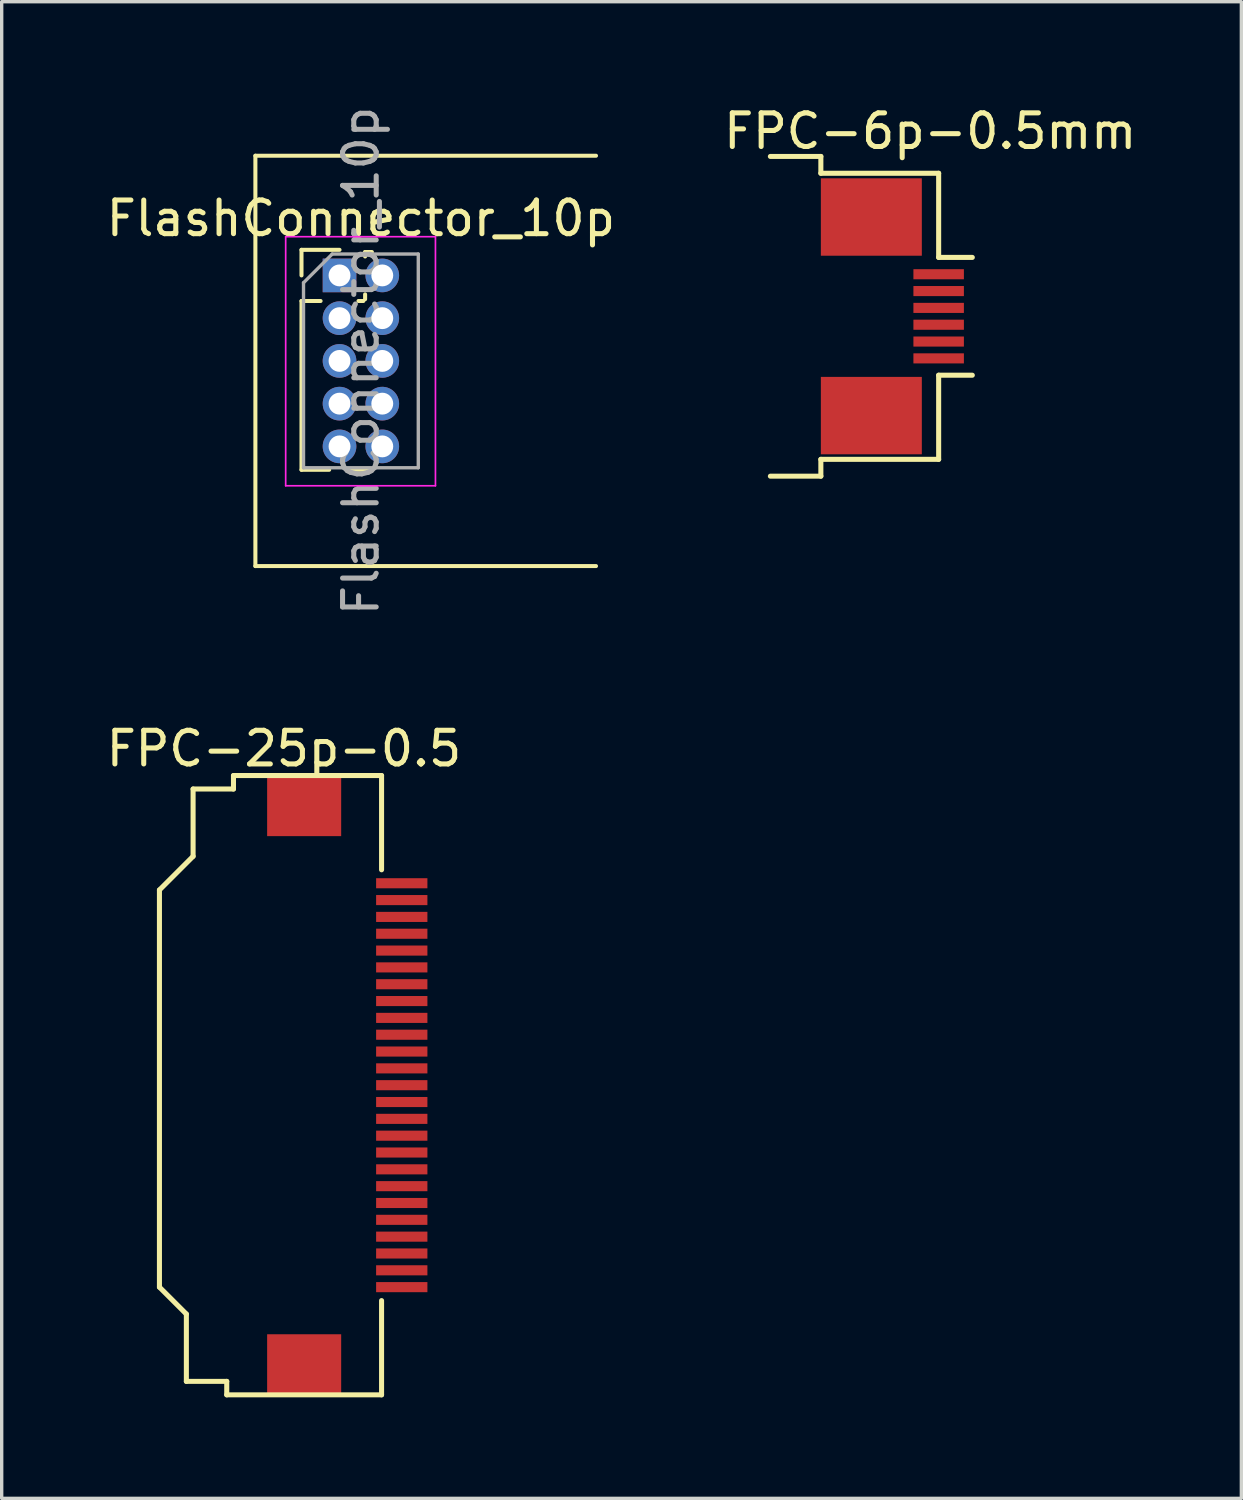
<source format=kicad_pcb>
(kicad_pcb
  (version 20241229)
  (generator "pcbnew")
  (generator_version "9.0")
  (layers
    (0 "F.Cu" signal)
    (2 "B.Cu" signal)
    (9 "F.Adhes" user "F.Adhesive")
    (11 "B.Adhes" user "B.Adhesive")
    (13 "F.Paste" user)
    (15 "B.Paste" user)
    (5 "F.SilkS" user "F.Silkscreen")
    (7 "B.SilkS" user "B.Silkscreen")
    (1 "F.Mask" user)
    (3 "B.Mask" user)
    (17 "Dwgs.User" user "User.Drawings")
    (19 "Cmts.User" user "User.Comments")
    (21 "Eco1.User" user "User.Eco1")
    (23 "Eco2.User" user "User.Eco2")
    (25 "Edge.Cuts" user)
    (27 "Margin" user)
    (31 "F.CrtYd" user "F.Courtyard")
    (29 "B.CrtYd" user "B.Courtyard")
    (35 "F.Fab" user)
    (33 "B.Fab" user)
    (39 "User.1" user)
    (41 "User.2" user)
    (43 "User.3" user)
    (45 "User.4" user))
  (footprint "FPC-25p-0.5"
    (layer "F.Cu")
    (at 8.887 29.193)
    (property "Reference" "FPC-25p-0.5" (at -3.5 -10 0) (layer "F.SilkS") (effects (font (size 1 1) (thickness 0.15))))
    (attr through_hole)
    (fp_line (start -7.2 -5.8) (end -6.2 -6.8) (stroke (width 0.15) (type solid)) (layer "F.SilkS"))
    (fp_line (start -7.2 6) (end -7.2 -5.8) (stroke (width 0.15) (type solid)) (layer "F.SilkS"))
    (fp_line (start -6.4 6.8) (end -7.2 6) (stroke (width 0.15) (type solid)) (layer "F.SilkS"))
    (fp_line (start -6.4 8.8) (end -6.4 6.8) (stroke (width 0.15) (type solid)) (layer "F.SilkS"))
    (fp_line (start -6.2 -8.8) (end -5 -8.8) (stroke (width 0.15) (type solid)) (layer "F.SilkS"))
    (fp_line (start -6.2 -6.8) (end -6.2 -8.8) (stroke (width 0.15) (type solid)) (layer "F.SilkS"))
    (fp_line (start -5.2 8.8) (end -6.4 8.8) (stroke (width 0.15) (type solid)) (layer "F.SilkS"))
    (fp_line (start -5.2 9.2) (end -5.2 8.8) (stroke (width 0.15) (type solid)) (layer "F.SilkS"))
    (fp_line (start -5 -9.2) (end -0.6 -9.2) (stroke (width 0.15) (type solid)) (layer "F.SilkS"))
    (fp_line (start -5 -8.8) (end -5 -9.2) (stroke (width 0.15) (type solid)) (layer "F.SilkS"))
    (fp_line (start -0.6 -9.2) (end -0.6 -6.4) (stroke (width 0.15) (type solid)) (layer "F.SilkS"))
    (fp_line (start -0.6 6.4) (end -0.6 9.2) (stroke (width 0.15) (type solid)) (layer "F.SilkS"))
    (fp_line (start -0.6 9.2) (end -5.2 9.2) (stroke (width 0.15) (type solid)) (layer "F.SilkS"))
    (pad "" smd rect (at -2.9 -8.3) (size 2.2 1.8) (layers "F.Cu" "F.Mask" "F.Paste"))
    (pad "" smd rect (at -2.9 8.3) (size 2.2 1.8) (layers "F.Cu" "F.Mask" "F.Paste"))
    (pad "1" smd rect (at 0 -6) (size 1.524 0.3) (layers "F.Cu" "F.Mask" "F.Paste"))
    (pad "2" smd rect (at 0 -5.5) (size 1.524 0.3) (layers "F.Cu" "F.Mask" "F.Paste"))
    (pad "3" smd rect (at 0 -5) (size 1.524 0.3) (layers "F.Cu" "F.Mask" "F.Paste"))
    (pad "4" smd rect (at 0 -4.5) (size 1.524 0.3) (layers "F.Cu" "F.Mask" "F.Paste"))
    (pad "5" smd rect (at 0 -4) (size 1.524 0.3) (layers "F.Cu" "F.Mask" "F.Paste"))
    (pad "6" smd rect (at 0 -3.5) (size 1.524 0.3) (layers "F.Cu" "F.Mask" "F.Paste"))
    (pad "7" smd rect (at 0 -3) (size 1.524 0.3) (layers "F.Cu" "F.Mask" "F.Paste"))
    (pad "8" smd rect (at 0 -2.5) (size 1.524 0.3) (layers "F.Cu" "F.Mask" "F.Paste"))
    (pad "9" smd rect (at 0 -2) (size 1.524 0.3) (layers "F.Cu" "F.Mask" "F.Paste"))
    (pad "10" smd rect (at 0 -1.5) (size 1.524 0.3) (layers "F.Cu" "F.Mask" "F.Paste"))
    (pad "11" smd rect (at 0 -1) (size 1.524 0.3) (layers "F.Cu" "F.Mask" "F.Paste"))
    (pad "12" smd rect (at 0 -0.5) (size 1.524 0.3) (layers "F.Cu" "F.Mask" "F.Paste"))
    (pad "13" smd rect (at 0 0) (size 1.524 0.3) (layers "F.Cu" "F.Mask" "F.Paste"))
    (pad "14" smd rect (at 0 0.5) (size 1.524 0.3) (layers "F.Cu" "F.Mask" "F.Paste"))
    (pad "15" smd rect (at 0 1) (size 1.524 0.3) (layers "F.Cu" "F.Mask" "F.Paste"))
    (pad "16" smd rect (at 0 1.5) (size 1.524 0.3) (layers "F.Cu" "F.Mask" "F.Paste"))
    (pad "17" smd rect (at 0 2) (size 1.524 0.3) (layers "F.Cu" "F.Mask" "F.Paste"))
    (pad "18" smd rect (at 0 2.5) (size 1.524 0.3) (layers "F.Cu" "F.Mask" "F.Paste"))
    (pad "19" smd rect (at 0 3) (size 1.524 0.3) (layers "F.Cu" "F.Mask" "F.Paste"))
    (pad "20" smd rect (at 0 3.5) (size 1.524 0.3) (layers "F.Cu" "F.Mask" "F.Paste"))
    (pad "21" smd rect (at 0 4) (size 1.524 0.3) (layers "F.Cu" "F.Mask" "F.Paste"))
    (pad "22" smd rect (at 0 4.5) (size 1.524 0.3) (layers "F.Cu" "F.Mask" "F.Paste"))
    (pad "23" smd rect (at 0 5) (size 1.524 0.3) (layers "F.Cu" "F.Mask" "F.Paste"))
    (pad "24" smd rect (at 0 5.5) (size 1.524 0.3) (layers "F.Cu" "F.Mask" "F.Paste"))
    (pad "25" smd rect (at 0 6) (size 1.524 0.3) (layers "F.Cu" "F.Mask" "F.Paste")))
  (footprint "FPC-6p-0.5mm"
    (layer "F.Cu")
    (at 23.089 6.348)
    (property "Reference" "FPC-6p-0.5mm" (at 1.5 -5.5 0) (layer "F.SilkS") (effects (font (size 1 1) (thickness 0.15))))
    (attr through_hole)
    (fp_line (start -3.25 -4.75) (end -1.75 -4.75) (stroke (width 0.15) (type solid)) (layer "F.SilkS"))
    (fp_line (start -3.25 4.75) (end -1.75 4.75) (stroke (width 0.15) (type solid)) (layer "F.SilkS"))
    (fp_line (start -1.75 -4.75) (end -1.75 -4.25) (stroke (width 0.15) (type solid)) (layer "F.SilkS"))
    (fp_line (start -1.75 -4.25) (end 1.75 -4.25) (stroke (width 0.15) (type solid)) (layer "F.SilkS"))
    (fp_line (start -1.75 4.25) (end 1.75 4.25) (stroke (width 0.15) (type solid)) (layer "F.SilkS"))
    (fp_line (start -1.75 4.75) (end -1.75 4.25) (stroke (width 0.15) (type solid)) (layer "F.SilkS"))
    (fp_line (start 1.75 -4.25) (end 1.75 -1.75) (stroke (width 0.15) (type solid)) (layer "F.SilkS"))
    (fp_line (start 1.75 -1.75) (end 2.75 -1.75) (stroke (width 0.15) (type solid)) (layer "F.SilkS"))
    (fp_line (start 1.75 1.75) (end 2.75 1.75) (stroke (width 0.15) (type solid)) (layer "F.SilkS"))
    (fp_line (start 1.75 4.25) (end 1.75 1.75) (stroke (width 0.15) (type solid)) (layer "F.SilkS"))
    (pad "" connect rect (at -0.25 -2.95) (size 3 2.3) (layers "F.Cu" "F.Mask"))
    (pad "" connect rect (at -0.25 2.95) (size 3 2.3) (layers "F.Cu" "F.Mask"))
    (pad "1" smd rect (at 1.75 -1.25) (size 1.5 0.3) (layers "F.Cu" "F.Mask" "F.Paste"))
    (pad "2" smd rect (at 1.75 -0.75) (size 1.5 0.3) (layers "F.Cu" "F.Mask" "F.Paste"))
    (pad "3" smd rect (at 1.75 -0.25) (size 1.5 0.3) (layers "F.Cu" "F.Mask" "F.Paste"))
    (pad "4" smd rect (at 1.75 0.25) (size 1.5 0.3) (layers "F.Cu" "F.Mask" "F.Paste"))
    (pad "5" smd rect (at 1.75 0.75) (size 1.5 0.3) (layers "F.Cu" "F.Mask" "F.Paste"))
    (pad "6" smd rect (at 1.75 1.25) (size 1.5 0.3) (layers "F.Cu" "F.Mask" "F.Paste")))
  (footprint "FlashConnector_10p"
    (layer "F.Cu")
    (at 7.038 7.673)
    (property "Reference" "FlashConnector_10p" (at 0.635 -4.235 0) (layer "F.SilkS") (effects (font (size 1 1) (thickness 0.15))))
    (attr through_hole)
    (fp_line (start -2.5 -6.096) (end -2.5 6.096) (stroke (width 0.12) (type solid)) (layer "F.SilkS"))
    (fp_line (start -2.5 -6.096) (end 7.62 -6.096) (stroke (width 0.12) (type solid)) (layer "F.SilkS"))
    (fp_line (start -2.5 6.096) (end 7.62 6.096) (stroke (width 0.12) (type solid)) (layer "F.SilkS"))
    (fp_line (start -1.13 -3.3) (end 0 -3.3) (stroke (width 0.12) (type solid)) (layer "F.SilkS"))
    (fp_line (start -1.13 -2.54) (end -1.13 -3.3) (stroke (width 0.12) (type solid)) (layer "F.SilkS"))
    (fp_line (start -1.13 -1.78) (end -1.13 3.235) (stroke (width 0.12) (type solid)) (layer "F.SilkS"))
    (fp_line (start -1.13 -1.78) (end -0.563 -1.78) (stroke (width 0.12) (type solid)) (layer "F.SilkS"))
    (fp_line (start -1.13 3.235) (end -0.308 3.235) (stroke (width 0.12) (type solid)) (layer "F.SilkS"))
    (fp_line (start 0.308 3.235) (end 0.962 3.235) (stroke (width 0.12) (type solid)) (layer "F.SilkS"))
    (fp_line (start 0.563 -1.78) (end 0.707 -1.78) (stroke (width 0.12) (type solid)) (layer "F.SilkS"))
    (fp_line (start 0.76 -3.235) (end 0.962 -3.235) (stroke (width 0.12) (type solid)) (layer "F.SilkS"))
    (fp_line (start 0.76 -3.103) (end 0.76 -3.235) (stroke (width 0.12) (type solid)) (layer "F.SilkS"))
    (fp_line (start 0.76 -1.833) (end 0.76 -1.977) (stroke (width 0.12) (type solid)) (layer "F.SilkS"))
    (fp_line (start -1.6 -3.69) (end -1.6 3.71) (stroke (width 0.05) (type solid)) (layer "F.CrtYd"))
    (fp_line (start -1.6 3.71) (end 2.85 3.71) (stroke (width 0.05) (type solid)) (layer "F.CrtYd"))
    (fp_line (start 2.85 -3.69) (end -1.6 -3.69) (stroke (width 0.05) (type solid)) (layer "F.CrtYd"))
    (fp_line (start 2.85 3.71) (end 2.85 -3.69) (stroke (width 0.05) (type solid)) (layer "F.CrtYd"))
    (fp_line (start -1.07 -2.322) (end -0.217 -3.175) (stroke (width 0.1) (type solid)) (layer "F.Fab"))
    (fp_line (start -1.07 3.175) (end -1.07 -2.322) (stroke (width 0.1) (type solid)) (layer "F.Fab"))
    (fp_line (start -0.217 -3.175) (end 2.34 -3.175) (stroke (width 0.1) (type solid)) (layer "F.Fab"))
    (fp_line (start 2.34 -3.175) (end 2.34 3.175) (stroke (width 0.1) (type solid)) (layer "F.Fab"))
    (fp_line (start 2.34 3.175) (end -1.07 3.175) (stroke (width 0.1) (type solid)) (layer "F.Fab"))
    (fp_text user "${REFERENCE}" (at 0.635 0 90) (layer "F.Fab") (effects (font (size 1 1) (thickness 0.15))))
    (pad "1" thru_hole rect (at 0 -2.54) (size 1 1) (drill 0.65) (layers "*.Cu" "*.Mask"))
    (pad "2" thru_hole oval (at 0 -1.27) (size 1 1) (drill 0.65) (layers "*.Cu" "*.Mask"))
    (pad "3" thru_hole oval (at 0 0) (size 1 1) (drill 0.65) (layers "*.Cu" "*.Mask"))
    (pad "4" thru_hole oval (at 0 1.27) (size 1 1) (drill 0.65) (layers "*.Cu" "*.Mask"))
    (pad "5" thru_hole oval (at 0 2.54) (size 1 1) (drill 0.65) (layers "*.Cu" "*.Mask"))
    (pad "6" thru_hole oval (at 1.27 -2.54) (size 1 1) (drill 0.65) (layers "*.Cu" "*.Mask"))
    (pad "7" thru_hole oval (at 1.27 -1.27) (size 1 1) (drill 0.65) (layers "*.Cu" "*.Mask"))
    (pad "8" thru_hole oval (at 1.27 0) (size 1 1) (drill 0.65) (layers "*.Cu" "*.Mask"))
    (pad "9" thru_hole oval (at 1.27 1.27) (size 1 1) (drill 0.65) (layers "*.Cu" "*.Mask"))
    (pad "10" thru_hole oval (at 1.27 2.54) (size 1 1) (drill 0.65) (layers "*.Cu" "*.Mask")))
  (gr_rect
    (start -3 -3)
    (end 33.833 41.468)
    (stroke (width 0.1) (type default))
    (fill no)
    (layer "Edge.Cuts")))
</source>
